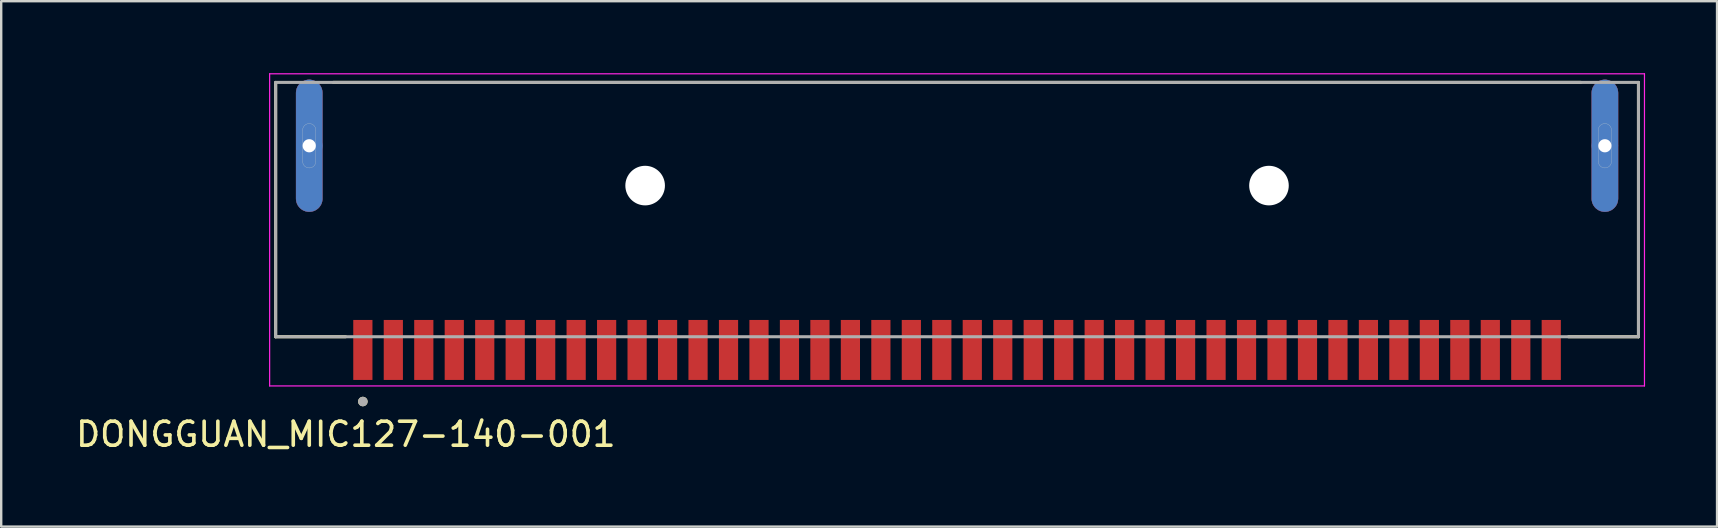
<source format=kicad_pcb>
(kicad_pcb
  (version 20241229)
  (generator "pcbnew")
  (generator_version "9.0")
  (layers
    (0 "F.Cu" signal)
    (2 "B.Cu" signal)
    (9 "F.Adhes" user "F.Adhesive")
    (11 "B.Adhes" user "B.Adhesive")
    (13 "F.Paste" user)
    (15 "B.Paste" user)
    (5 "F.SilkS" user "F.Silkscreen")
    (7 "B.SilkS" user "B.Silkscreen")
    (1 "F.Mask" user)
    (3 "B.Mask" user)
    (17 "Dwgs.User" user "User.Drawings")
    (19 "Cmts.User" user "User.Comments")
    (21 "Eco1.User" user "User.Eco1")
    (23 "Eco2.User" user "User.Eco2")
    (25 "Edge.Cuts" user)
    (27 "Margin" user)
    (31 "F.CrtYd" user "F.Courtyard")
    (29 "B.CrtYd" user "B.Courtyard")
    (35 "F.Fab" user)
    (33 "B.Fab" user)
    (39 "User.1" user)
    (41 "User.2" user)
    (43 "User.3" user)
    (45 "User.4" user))
  (footprint "DONGGUAN_MIC127-140-001"
    (layer "F.Cu")
    (at 36.838 4.685)
    (property "Reference" "DONGGUAN_MIC127-140-001" (at -25.475 10.365 0) (layer "F.SilkS") (effects (font (size 1 1) (thickness 0.15))))
    (attr through_hole)
    (fp_poly (pts (xy -27.55 0.54) (xy -27.55 -3.86) (xy -27.549 -3.889) (xy -27.547 -3.917) (xy -27.543 -3.946) (xy -27.538 -3.974) (xy -27.531 -4.002) (xy -27.523 -4.03) (xy -27.513 -4.057) (xy -27.502 -4.084) (xy -27.49 -4.11) (xy -27.476 -4.135) (xy -27.461 -4.16) (xy -27.445 -4.183) (xy -27.427 -4.206) (xy -27.409 -4.228) (xy -27.389 -4.249) (xy -27.368 -4.269) (xy -27.346 -4.287) (xy -27.323 -4.305) (xy -27.3 -4.321) (xy -27.275 -4.336) (xy -27.25 -4.35) (xy -27.224 -4.362) (xy -27.197 -4.373) (xy -27.17 -4.383) (xy -27.142 -4.391) (xy -27.114 -4.398) (xy -27.086 -4.403) (xy -27.057 -4.407) (xy -27.029 -4.409) (xy -27 -4.41) (xy -26.971 -4.409) (xy -26.943 -4.407) (xy -26.914 -4.403) (xy -26.886 -4.398) (xy -26.858 -4.391) (xy -26.83 -4.383) (xy -26.803 -4.373) (xy -26.776 -4.362) (xy -26.75 -4.35) (xy -26.725 -4.336) (xy -26.7 -4.321) (xy -26.677 -4.305) (xy -26.654 -4.287) (xy -26.632 -4.269) (xy -26.611 -4.249) (xy -26.591 -4.228) (xy -26.573 -4.206) (xy -26.555 -4.183) (xy -26.539 -4.16) (xy -26.524 -4.135) (xy -26.51 -4.11) (xy -26.498 -4.084) (xy -26.487 -4.057) (xy -26.477 -4.03) (xy -26.469 -4.002) (xy -26.462 -3.974) (xy -26.457 -3.946) (xy -26.453 -3.917) (xy -26.451 -3.889) (xy -26.45 -3.86) (xy -26.45 0.54) (xy -26.451 0.569) (xy -26.453 0.597) (xy -26.457 0.626) (xy -26.462 0.654) (xy -26.469 0.682) (xy -26.477 0.71) (xy -26.487 0.737) (xy -26.498 0.764) (xy -26.51 0.79) (xy -26.524 0.815) (xy -26.539 0.84) (xy -26.555 0.863) (xy -26.573 0.886) (xy -26.591 0.908) (xy -26.611 0.929) (xy -26.632 0.949) (xy -26.654 0.967) (xy -26.677 0.985) (xy -26.7 1.001) (xy -26.725 1.016) (xy -26.75 1.03) (xy -26.776 1.042) (xy -26.803 1.053) (xy -26.83 1.063) (xy -26.858 1.071) (xy -26.886 1.078) (xy -26.914 1.083) (xy -26.943 1.087) (xy -26.971 1.089) (xy -27 1.09) (xy -27.029 1.089) (xy -27.057 1.087) (xy -27.086 1.083) (xy -27.114 1.078) (xy -27.142 1.071) (xy -27.17 1.063) (xy -27.197 1.053) (xy -27.224 1.042) (xy -27.25 1.03) (xy -27.275 1.016) (xy -27.3 1.001) (xy -27.323 0.985) (xy -27.346 0.967) (xy -27.368 0.949) (xy -27.389 0.929) (xy -27.409 0.908) (xy -27.427 0.886) (xy -27.445 0.863) (xy -27.461 0.84) (xy -27.476 0.815) (xy -27.49 0.79) (xy -27.502 0.764) (xy -27.513 0.737) (xy -27.523 0.71) (xy -27.531 0.682) (xy -27.538 0.654) (xy -27.543 0.626) (xy -27.547 0.597) (xy -27.549 0.569) (xy -27.55 0.54)) (stroke (width 0.01) (type solid)) (fill yes) (layer "F.Cu"))
    (fp_poly (pts (xy 26.45 0.54) (xy 26.45 -3.86) (xy 26.451 -3.889) (xy 26.453 -3.917) (xy 26.457 -3.946) (xy 26.462 -3.974) (xy 26.469 -4.002) (xy 26.477 -4.03) (xy 26.487 -4.057) (xy 26.498 -4.084) (xy 26.51 -4.11) (xy 26.524 -4.135) (xy 26.539 -4.16) (xy 26.555 -4.183) (xy 26.573 -4.206) (xy 26.591 -4.228) (xy 26.611 -4.249) (xy 26.632 -4.269) (xy 26.654 -4.287) (xy 26.677 -4.305) (xy 26.7 -4.321) (xy 26.725 -4.336) (xy 26.75 -4.35) (xy 26.776 -4.362) (xy 26.803 -4.373) (xy 26.83 -4.383) (xy 26.858 -4.391) (xy 26.886 -4.398) (xy 26.914 -4.403) (xy 26.943 -4.407) (xy 26.971 -4.409) (xy 27 -4.41) (xy 27.029 -4.409) (xy 27.057 -4.407) (xy 27.086 -4.403) (xy 27.114 -4.398) (xy 27.142 -4.391) (xy 27.17 -4.383) (xy 27.197 -4.373) (xy 27.224 -4.362) (xy 27.25 -4.35) (xy 27.275 -4.336) (xy 27.3 -4.321) (xy 27.323 -4.305) (xy 27.346 -4.287) (xy 27.368 -4.269) (xy 27.389 -4.249) (xy 27.409 -4.228) (xy 27.427 -4.206) (xy 27.445 -4.183) (xy 27.461 -4.16) (xy 27.476 -4.135) (xy 27.49 -4.11) (xy 27.502 -4.084) (xy 27.513 -4.057) (xy 27.523 -4.03) (xy 27.531 -4.002) (xy 27.538 -3.974) (xy 27.543 -3.946) (xy 27.547 -3.917) (xy 27.549 -3.889) (xy 27.55 -3.86) (xy 27.55 0.54) (xy 27.549 0.569) (xy 27.547 0.597) (xy 27.543 0.626) (xy 27.538 0.654) (xy 27.531 0.682) (xy 27.523 0.71) (xy 27.513 0.737) (xy 27.502 0.764) (xy 27.49 0.79) (xy 27.476 0.815) (xy 27.461 0.84) (xy 27.445 0.863) (xy 27.427 0.886) (xy 27.409 0.908) (xy 27.389 0.929) (xy 27.368 0.949) (xy 27.346 0.967) (xy 27.323 0.985) (xy 27.3 1.001) (xy 27.275 1.016) (xy 27.25 1.03) (xy 27.224 1.042) (xy 27.197 1.053) (xy 27.17 1.063) (xy 27.142 1.071) (xy 27.114 1.078) (xy 27.086 1.083) (xy 27.057 1.087) (xy 27.029 1.089) (xy 27 1.09) (xy 26.971 1.089) (xy 26.943 1.087) (xy 26.914 1.083) (xy 26.886 1.078) (xy 26.858 1.071) (xy 26.83 1.063) (xy 26.803 1.053) (xy 26.776 1.042) (xy 26.75 1.03) (xy 26.725 1.016) (xy 26.7 1.001) (xy 26.677 0.985) (xy 26.654 0.967) (xy 26.632 0.949) (xy 26.611 0.929) (xy 26.591 0.908) (xy 26.573 0.886) (xy 26.555 0.863) (xy 26.539 0.84) (xy 26.524 0.815) (xy 26.51 0.79) (xy 26.498 0.764) (xy 26.487 0.737) (xy 26.477 0.71) (xy 26.469 0.682) (xy 26.462 0.654) (xy 26.457 0.626) (xy 26.453 0.597) (xy 26.451 0.569) (xy 26.45 0.54)) (stroke (width 0.01) (type solid)) (fill yes) (layer "F.Cu"))
    (fp_poly (pts (xy -27 1.19) (xy -27.034 1.189) (xy -27.068 1.186) (xy -27.102 1.182) (xy -27.135 1.176) (xy -27.168 1.168) (xy -27.201 1.158) (xy -27.233 1.147) (xy -27.264 1.134) (xy -27.295 1.119) (xy -27.325 1.103) (xy -27.354 1.085) (xy -27.382 1.066) (xy -27.409 1.045) (xy -27.435 1.023) (xy -27.46 1) (xy -27.483 0.975) (xy -27.505 0.949) (xy -27.526 0.922) (xy -27.545 0.894) (xy -27.563 0.865) (xy -27.579 0.835) (xy -27.594 0.804) (xy -27.607 0.773) (xy -27.618 0.741) (xy -27.628 0.708) (xy -27.636 0.675) (xy -27.642 0.642) (xy -27.646 0.608) (xy -27.649 0.574) (xy -27.65 0.54) (xy -27.65 -3.86) (xy -27.649 -3.894) (xy -27.646 -3.928) (xy -27.642 -3.962) (xy -27.636 -3.995) (xy -27.628 -4.028) (xy -27.618 -4.061) (xy -27.607 -4.093) (xy -27.594 -4.124) (xy -27.579 -4.155) (xy -27.563 -4.185) (xy -27.545 -4.214) (xy -27.526 -4.242) (xy -27.505 -4.269) (xy -27.483 -4.295) (xy -27.46 -4.32) (xy -27.435 -4.343) (xy -27.409 -4.365) (xy -27.382 -4.386) (xy -27.354 -4.405) (xy -27.325 -4.423) (xy -27.295 -4.439) (xy -27.264 -4.454) (xy -27.233 -4.467) (xy -27.201 -4.478) (xy -27.168 -4.488) (xy -27.135 -4.496) (xy -27.102 -4.502) (xy -27.068 -4.506) (xy -27.034 -4.509) (xy -27 -4.51) (xy -26.966 -4.509) (xy -26.932 -4.506) (xy -26.898 -4.502) (xy -26.865 -4.496) (xy -26.832 -4.488) (xy -26.799 -4.478) (xy -26.767 -4.467) (xy -26.736 -4.454) (xy -26.705 -4.439) (xy -26.675 -4.423) (xy -26.646 -4.405) (xy -26.618 -4.386) (xy -26.591 -4.365) (xy -26.565 -4.343) (xy -26.54 -4.32) (xy -26.517 -4.295) (xy -26.495 -4.269) (xy -26.474 -4.242) (xy -26.455 -4.214) (xy -26.437 -4.185) (xy -26.421 -4.155) (xy -26.406 -4.124) (xy -26.393 -4.093) (xy -26.382 -4.061) (xy -26.372 -4.028) (xy -26.364 -3.995) (xy -26.358 -3.962) (xy -26.354 -3.928) (xy -26.351 -3.894) (xy -26.35 -3.86) (xy -26.35 0.54) (xy -26.351 0.574) (xy -26.354 0.608) (xy -26.358 0.642) (xy -26.364 0.675) (xy -26.372 0.708) (xy -26.382 0.741) (xy -26.393 0.773) (xy -26.406 0.804) (xy -26.421 0.835) (xy -26.437 0.865) (xy -26.455 0.894) (xy -26.474 0.922) (xy -26.495 0.949) (xy -26.517 0.975) (xy -26.54 1) (xy -26.565 1.023) (xy -26.591 1.045) (xy -26.618 1.066) (xy -26.646 1.085) (xy -26.675 1.103) (xy -26.705 1.119) (xy -26.736 1.134) (xy -26.767 1.147) (xy -26.799 1.158) (xy -26.832 1.168) (xy -26.865 1.176) (xy -26.898 1.182) (xy -26.932 1.186) (xy -26.966 1.189) (xy -27 1.19)) (stroke (width 0.01) (type solid)) (fill yes) (layer "F.Mask"))
    (fp_poly (pts (xy 27 1.19) (xy 26.966 1.189) (xy 26.932 1.186) (xy 26.898 1.182) (xy 26.865 1.176) (xy 26.832 1.168) (xy 26.799 1.158) (xy 26.767 1.147) (xy 26.736 1.134) (xy 26.705 1.119) (xy 26.675 1.103) (xy 26.646 1.085) (xy 26.618 1.066) (xy 26.591 1.045) (xy 26.565 1.023) (xy 26.54 1) (xy 26.517 0.975) (xy 26.495 0.949) (xy 26.474 0.922) (xy 26.455 0.894) (xy 26.437 0.865) (xy 26.421 0.835) (xy 26.406 0.804) (xy 26.393 0.773) (xy 26.382 0.741) (xy 26.372 0.708) (xy 26.364 0.675) (xy 26.358 0.642) (xy 26.354 0.608) (xy 26.351 0.574) (xy 26.35 0.54) (xy 26.35 -3.86) (xy 26.351 -3.894) (xy 26.354 -3.928) (xy 26.358 -3.962) (xy 26.364 -3.995) (xy 26.372 -4.028) (xy 26.382 -4.061) (xy 26.393 -4.093) (xy 26.406 -4.124) (xy 26.421 -4.155) (xy 26.437 -4.185) (xy 26.455 -4.214) (xy 26.474 -4.242) (xy 26.495 -4.269) (xy 26.517 -4.295) (xy 26.54 -4.32) (xy 26.565 -4.343) (xy 26.591 -4.365) (xy 26.618 -4.386) (xy 26.646 -4.405) (xy 26.675 -4.423) (xy 26.705 -4.439) (xy 26.736 -4.454) (xy 26.767 -4.467) (xy 26.799 -4.478) (xy 26.832 -4.488) (xy 26.865 -4.496) (xy 26.898 -4.502) (xy 26.932 -4.506) (xy 26.966 -4.509) (xy 27 -4.51) (xy 27.034 -4.509) (xy 27.068 -4.506) (xy 27.102 -4.502) (xy 27.135 -4.496) (xy 27.168 -4.488) (xy 27.201 -4.478) (xy 27.233 -4.467) (xy 27.264 -4.454) (xy 27.295 -4.439) (xy 27.325 -4.423) (xy 27.354 -4.405) (xy 27.382 -4.386) (xy 27.409 -4.365) (xy 27.435 -4.343) (xy 27.46 -4.32) (xy 27.483 -4.295) (xy 27.505 -4.269) (xy 27.526 -4.242) (xy 27.545 -4.214) (xy 27.563 -4.185) (xy 27.579 -4.155) (xy 27.594 -4.124) (xy 27.607 -4.093) (xy 27.618 -4.061) (xy 27.628 -4.028) (xy 27.636 -3.995) (xy 27.642 -3.962) (xy 27.646 -3.928) (xy 27.649 -3.894) (xy 27.65 -3.86) (xy 27.65 0.54) (xy 27.649 0.574) (xy 27.646 0.608) (xy 27.642 0.642) (xy 27.636 0.675) (xy 27.628 0.708) (xy 27.618 0.741) (xy 27.607 0.773) (xy 27.594 0.804) (xy 27.579 0.835) (xy 27.563 0.865) (xy 27.545 0.894) (xy 27.526 0.922) (xy 27.505 0.949) (xy 27.483 0.975) (xy 27.46 1) (xy 27.435 1.023) (xy 27.409 1.045) (xy 27.382 1.066) (xy 27.354 1.085) (xy 27.325 1.103) (xy 27.295 1.119) (xy 27.264 1.134) (xy 27.233 1.147) (xy 27.201 1.158) (xy 27.168 1.168) (xy 27.135 1.176) (xy 27.102 1.182) (xy 27.068 1.186) (xy 27.034 1.189) (xy 27 1.19)) (stroke (width 0.01) (type solid)) (fill yes) (layer "F.Mask"))
    (fp_poly (pts (xy -27.55 0.54) (xy -27.55 -3.86) (xy -27.549 -3.889) (xy -27.547 -3.917) (xy -27.543 -3.946) (xy -27.538 -3.974) (xy -27.531 -4.002) (xy -27.523 -4.03) (xy -27.513 -4.057) (xy -27.502 -4.084) (xy -27.49 -4.11) (xy -27.476 -4.135) (xy -27.461 -4.16) (xy -27.445 -4.183) (xy -27.427 -4.206) (xy -27.409 -4.228) (xy -27.389 -4.249) (xy -27.368 -4.269) (xy -27.346 -4.287) (xy -27.323 -4.305) (xy -27.3 -4.321) (xy -27.275 -4.336) (xy -27.25 -4.35) (xy -27.224 -4.362) (xy -27.197 -4.373) (xy -27.17 -4.383) (xy -27.142 -4.391) (xy -27.114 -4.398) (xy -27.086 -4.403) (xy -27.057 -4.407) (xy -27.029 -4.409) (xy -27 -4.41) (xy -26.971 -4.409) (xy -26.943 -4.407) (xy -26.914 -4.403) (xy -26.886 -4.398) (xy -26.858 -4.391) (xy -26.83 -4.383) (xy -26.803 -4.373) (xy -26.776 -4.362) (xy -26.75 -4.35) (xy -26.725 -4.336) (xy -26.7 -4.321) (xy -26.677 -4.305) (xy -26.654 -4.287) (xy -26.632 -4.269) (xy -26.611 -4.249) (xy -26.591 -4.228) (xy -26.573 -4.206) (xy -26.555 -4.183) (xy -26.539 -4.16) (xy -26.524 -4.135) (xy -26.51 -4.11) (xy -26.498 -4.084) (xy -26.487 -4.057) (xy -26.477 -4.03) (xy -26.469 -4.002) (xy -26.462 -3.974) (xy -26.457 -3.946) (xy -26.453 -3.917) (xy -26.451 -3.889) (xy -26.45 -3.86) (xy -26.45 0.54) (xy -26.451 0.569) (xy -26.453 0.597) (xy -26.457 0.626) (xy -26.462 0.654) (xy -26.469 0.682) (xy -26.477 0.71) (xy -26.487 0.737) (xy -26.498 0.764) (xy -26.51 0.79) (xy -26.524 0.815) (xy -26.539 0.84) (xy -26.555 0.863) (xy -26.573 0.886) (xy -26.591 0.908) (xy -26.611 0.929) (xy -26.632 0.949) (xy -26.654 0.967) (xy -26.677 0.985) (xy -26.7 1.001) (xy -26.725 1.016) (xy -26.75 1.03) (xy -26.776 1.042) (xy -26.803 1.053) (xy -26.83 1.063) (xy -26.858 1.071) (xy -26.886 1.078) (xy -26.914 1.083) (xy -26.943 1.087) (xy -26.971 1.089) (xy -27 1.09) (xy -27.029 1.089) (xy -27.057 1.087) (xy -27.086 1.083) (xy -27.114 1.078) (xy -27.142 1.071) (xy -27.17 1.063) (xy -27.197 1.053) (xy -27.224 1.042) (xy -27.25 1.03) (xy -27.275 1.016) (xy -27.3 1.001) (xy -27.323 0.985) (xy -27.346 0.967) (xy -27.368 0.949) (xy -27.389 0.929) (xy -27.409 0.908) (xy -27.427 0.886) (xy -27.445 0.863) (xy -27.461 0.84) (xy -27.476 0.815) (xy -27.49 0.79) (xy -27.502 0.764) (xy -27.513 0.737) (xy -27.523 0.71) (xy -27.531 0.682) (xy -27.538 0.654) (xy -27.543 0.626) (xy -27.547 0.597) (xy -27.549 0.569) (xy -27.55 0.54)) (stroke (width 0.01) (type solid)) (fill yes) (layer "B.Cu"))
    (fp_poly (pts (xy 26.45 0.54) (xy 26.45 -3.86) (xy 26.451 -3.889) (xy 26.453 -3.917) (xy 26.457 -3.946) (xy 26.462 -3.974) (xy 26.469 -4.002) (xy 26.477 -4.03) (xy 26.487 -4.057) (xy 26.498 -4.084) (xy 26.51 -4.11) (xy 26.524 -4.135) (xy 26.539 -4.16) (xy 26.555 -4.183) (xy 26.573 -4.206) (xy 26.591 -4.228) (xy 26.611 -4.249) (xy 26.632 -4.269) (xy 26.654 -4.287) (xy 26.677 -4.305) (xy 26.7 -4.321) (xy 26.725 -4.336) (xy 26.75 -4.35) (xy 26.776 -4.362) (xy 26.803 -4.373) (xy 26.83 -4.383) (xy 26.858 -4.391) (xy 26.886 -4.398) (xy 26.914 -4.403) (xy 26.943 -4.407) (xy 26.971 -4.409) (xy 27 -4.41) (xy 27.029 -4.409) (xy 27.057 -4.407) (xy 27.086 -4.403) (xy 27.114 -4.398) (xy 27.142 -4.391) (xy 27.17 -4.383) (xy 27.197 -4.373) (xy 27.224 -4.362) (xy 27.25 -4.35) (xy 27.275 -4.336) (xy 27.3 -4.321) (xy 27.323 -4.305) (xy 27.346 -4.287) (xy 27.368 -4.269) (xy 27.389 -4.249) (xy 27.409 -4.228) (xy 27.427 -4.206) (xy 27.445 -4.183) (xy 27.461 -4.16) (xy 27.476 -4.135) (xy 27.49 -4.11) (xy 27.502 -4.084) (xy 27.513 -4.057) (xy 27.523 -4.03) (xy 27.531 -4.002) (xy 27.538 -3.974) (xy 27.543 -3.946) (xy 27.547 -3.917) (xy 27.549 -3.889) (xy 27.55 -3.86) (xy 27.55 0.54) (xy 27.549 0.569) (xy 27.547 0.597) (xy 27.543 0.626) (xy 27.538 0.654) (xy 27.531 0.682) (xy 27.523 0.71) (xy 27.513 0.737) (xy 27.502 0.764) (xy 27.49 0.79) (xy 27.476 0.815) (xy 27.461 0.84) (xy 27.445 0.863) (xy 27.427 0.886) (xy 27.409 0.908) (xy 27.389 0.929) (xy 27.368 0.949) (xy 27.346 0.967) (xy 27.323 0.985) (xy 27.3 1.001) (xy 27.275 1.016) (xy 27.25 1.03) (xy 27.224 1.042) (xy 27.197 1.053) (xy 27.17 1.063) (xy 27.142 1.071) (xy 27.114 1.078) (xy 27.086 1.083) (xy 27.057 1.087) (xy 27.029 1.089) (xy 27 1.09) (xy 26.971 1.089) (xy 26.943 1.087) (xy 26.914 1.083) (xy 26.886 1.078) (xy 26.858 1.071) (xy 26.83 1.063) (xy 26.803 1.053) (xy 26.776 1.042) (xy 26.75 1.03) (xy 26.725 1.016) (xy 26.7 1.001) (xy 26.677 0.985) (xy 26.654 0.967) (xy 26.632 0.949) (xy 26.611 0.929) (xy 26.591 0.908) (xy 26.573 0.886) (xy 26.555 0.863) (xy 26.539 0.84) (xy 26.524 0.815) (xy 26.51 0.79) (xy 26.498 0.764) (xy 26.487 0.737) (xy 26.477 0.71) (xy 26.469 0.682) (xy 26.462 0.654) (xy 26.457 0.626) (xy 26.453 0.597) (xy 26.451 0.569) (xy 26.45 0.54)) (stroke (width 0.01) (type solid)) (fill yes) (layer "B.Cu"))
    (fp_poly (pts (xy -27 1.19) (xy -27.034 1.189) (xy -27.068 1.186) (xy -27.102 1.182) (xy -27.135 1.176) (xy -27.168 1.168) (xy -27.201 1.158) (xy -27.233 1.147) (xy -27.264 1.134) (xy -27.295 1.119) (xy -27.325 1.103) (xy -27.354 1.085) (xy -27.382 1.066) (xy -27.409 1.045) (xy -27.435 1.023) (xy -27.46 1) (xy -27.483 0.975) (xy -27.505 0.949) (xy -27.526 0.922) (xy -27.545 0.894) (xy -27.563 0.865) (xy -27.579 0.835) (xy -27.594 0.804) (xy -27.607 0.773) (xy -27.618 0.741) (xy -27.628 0.708) (xy -27.636 0.675) (xy -27.642 0.642) (xy -27.646 0.608) (xy -27.649 0.574) (xy -27.65 0.54) (xy -27.65 -3.86) (xy -27.649 -3.894) (xy -27.646 -3.928) (xy -27.642 -3.962) (xy -27.636 -3.995) (xy -27.628 -4.028) (xy -27.618 -4.061) (xy -27.607 -4.093) (xy -27.594 -4.124) (xy -27.579 -4.155) (xy -27.563 -4.185) (xy -27.545 -4.214) (xy -27.526 -4.242) (xy -27.505 -4.269) (xy -27.483 -4.295) (xy -27.46 -4.32) (xy -27.435 -4.343) (xy -27.409 -4.365) (xy -27.382 -4.386) (xy -27.354 -4.405) (xy -27.325 -4.423) (xy -27.295 -4.439) (xy -27.264 -4.454) (xy -27.233 -4.467) (xy -27.201 -4.478) (xy -27.168 -4.488) (xy -27.135 -4.496) (xy -27.102 -4.502) (xy -27.068 -4.506) (xy -27.034 -4.509) (xy -27 -4.51) (xy -26.966 -4.509) (xy -26.932 -4.506) (xy -26.898 -4.502) (xy -26.865 -4.496) (xy -26.832 -4.488) (xy -26.799 -4.478) (xy -26.767 -4.467) (xy -26.736 -4.454) (xy -26.705 -4.439) (xy -26.675 -4.423) (xy -26.646 -4.405) (xy -26.618 -4.386) (xy -26.591 -4.365) (xy -26.565 -4.343) (xy -26.54 -4.32) (xy -26.517 -4.295) (xy -26.495 -4.269) (xy -26.474 -4.242) (xy -26.455 -4.214) (xy -26.437 -4.185) (xy -26.421 -4.155) (xy -26.406 -4.124) (xy -26.393 -4.093) (xy -26.382 -4.061) (xy -26.372 -4.028) (xy -26.364 -3.995) (xy -26.358 -3.962) (xy -26.354 -3.928) (xy -26.351 -3.894) (xy -26.35 -3.86) (xy -26.35 0.54) (xy -26.351 0.574) (xy -26.354 0.608) (xy -26.358 0.642) (xy -26.364 0.675) (xy -26.372 0.708) (xy -26.382 0.741) (xy -26.393 0.773) (xy -26.406 0.804) (xy -26.421 0.835) (xy -26.437 0.865) (xy -26.455 0.894) (xy -26.474 0.922) (xy -26.495 0.949) (xy -26.517 0.975) (xy -26.54 1) (xy -26.565 1.023) (xy -26.591 1.045) (xy -26.618 1.066) (xy -26.646 1.085) (xy -26.675 1.103) (xy -26.705 1.119) (xy -26.736 1.134) (xy -26.767 1.147) (xy -26.799 1.158) (xy -26.832 1.168) (xy -26.865 1.176) (xy -26.898 1.182) (xy -26.932 1.186) (xy -26.966 1.189) (xy -27 1.19)) (stroke (width 0.01) (type solid)) (fill yes) (layer "B.Mask"))
    (fp_poly (pts (xy 27 1.19) (xy 26.966 1.189) (xy 26.932 1.186) (xy 26.898 1.182) (xy 26.865 1.176) (xy 26.832 1.168) (xy 26.799 1.158) (xy 26.767 1.147) (xy 26.736 1.134) (xy 26.705 1.119) (xy 26.675 1.103) (xy 26.646 1.085) (xy 26.618 1.066) (xy 26.591 1.045) (xy 26.565 1.023) (xy 26.54 1) (xy 26.517 0.975) (xy 26.495 0.949) (xy 26.474 0.922) (xy 26.455 0.894) (xy 26.437 0.865) (xy 26.421 0.835) (xy 26.406 0.804) (xy 26.393 0.773) (xy 26.382 0.741) (xy 26.372 0.708) (xy 26.364 0.675) (xy 26.358 0.642) (xy 26.354 0.608) (xy 26.351 0.574) (xy 26.35 0.54) (xy 26.35 -3.86) (xy 26.351 -3.894) (xy 26.354 -3.928) (xy 26.358 -3.962) (xy 26.364 -3.995) (xy 26.372 -4.028) (xy 26.382 -4.061) (xy 26.393 -4.093) (xy 26.406 -4.124) (xy 26.421 -4.155) (xy 26.437 -4.185) (xy 26.455 -4.214) (xy 26.474 -4.242) (xy 26.495 -4.269) (xy 26.517 -4.295) (xy 26.54 -4.32) (xy 26.565 -4.343) (xy 26.591 -4.365) (xy 26.618 -4.386) (xy 26.646 -4.405) (xy 26.675 -4.423) (xy 26.705 -4.439) (xy 26.736 -4.454) (xy 26.767 -4.467) (xy 26.799 -4.478) (xy 26.832 -4.488) (xy 26.865 -4.496) (xy 26.898 -4.502) (xy 26.932 -4.506) (xy 26.966 -4.509) (xy 27 -4.51) (xy 27.034 -4.509) (xy 27.068 -4.506) (xy 27.102 -4.502) (xy 27.135 -4.496) (xy 27.168 -4.488) (xy 27.201 -4.478) (xy 27.233 -4.467) (xy 27.264 -4.454) (xy 27.295 -4.439) (xy 27.325 -4.423) (xy 27.354 -4.405) (xy 27.382 -4.386) (xy 27.409 -4.365) (xy 27.435 -4.343) (xy 27.46 -4.32) (xy 27.483 -4.295) (xy 27.505 -4.269) (xy 27.526 -4.242) (xy 27.545 -4.214) (xy 27.563 -4.185) (xy 27.579 -4.155) (xy 27.594 -4.124) (xy 27.607 -4.093) (xy 27.618 -4.061) (xy 27.628 -4.028) (xy 27.636 -3.995) (xy 27.642 -3.962) (xy 27.646 -3.928) (xy 27.649 -3.894) (xy 27.65 -3.86) (xy 27.65 0.54) (xy 27.649 0.574) (xy 27.646 0.608) (xy 27.642 0.642) (xy 27.636 0.675) (xy 27.628 0.708) (xy 27.618 0.741) (xy 27.607 0.773) (xy 27.594 0.804) (xy 27.579 0.835) (xy 27.563 0.865) (xy 27.545 0.894) (xy 27.526 0.922) (xy 27.505 0.949) (xy 27.483 0.975) (xy 27.46 1) (xy 27.435 1.023) (xy 27.409 1.045) (xy 27.382 1.066) (xy 27.354 1.085) (xy 27.325 1.103) (xy 27.295 1.119) (xy 27.264 1.134) (xy 27.233 1.147) (xy 27.201 1.158) (xy 27.168 1.168) (xy 27.135 1.176) (xy 27.102 1.182) (xy 27.068 1.186) (xy 27.034 1.189) (xy 27 1.19)) (stroke (width 0.01) (type solid)) (fill yes) (layer "B.Mask"))
    (fp_line (start -28.4 6.3) (end -28.4 -4.3) (stroke (width 0.127) (type solid)) (layer "F.SilkS"))
    (fp_line (start -26 -4.3) (end 26 -4.3) (stroke (width 0.127) (type solid)) (layer "F.SilkS"))
    (fp_line (start -25.485 6.3) (end -28.4 6.3) (stroke (width 0.127) (type solid)) (layer "F.SilkS"))
    (fp_line (start 28.4 -4.3) (end 28.4 6.3) (stroke (width 0.127) (type solid)) (layer "F.SilkS"))
    (fp_line (start 28.4 6.3) (end 25.485 6.3) (stroke (width 0.127) (type solid)) (layer "F.SilkS"))
    (fp_circle (center -24.765 9) (end -24.665 9) (stroke (width 0.2) (type solid)) (fill no) (layer "F.SilkS"))
    (fp_line (start -27.275 -1.01) (end -27.275 -2.31) (stroke (width 0.01) (type solid)) (layer "Edge.Cuts"))
    (fp_line (start -26.725 -2.31) (end -26.725 -1.01) (stroke (width 0.01) (type solid)) (layer "Edge.Cuts"))
    (fp_line (start 26.725 -1.01) (end 26.725 -2.31) (stroke (width 0.01) (type solid)) (layer "Edge.Cuts"))
    (fp_line (start 27.275 -2.31) (end 27.275 -1.01) (stroke (width 0.01) (type solid)) (layer "Edge.Cuts"))
    (fp_arc (start -27.275 -2.31) (mid -27.194454 -2.504454) (end -27 -2.585) (stroke (width 0.01) (type solid)) (layer "Edge.Cuts"))
    (fp_arc (start -27 -2.585) (mid -26.805546 -2.504454) (end -26.725 -2.31) (stroke (width 0.01) (type solid)) (layer "Edge.Cuts"))
    (fp_arc (start -27 -0.735) (mid -27.194454 -0.815546) (end -27.275 -1.01) (stroke (width 0.01) (type solid)) (layer "Edge.Cuts"))
    (fp_arc (start -26.725 -1.01) (mid -26.805546 -0.815546) (end -27 -0.735) (stroke (width 0.01) (type solid)) (layer "Edge.Cuts"))
    (fp_arc (start 26.725 -2.31) (mid 26.805546 -2.504454) (end 27 -2.585) (stroke (width 0.01) (type solid)) (layer "Edge.Cuts"))
    (fp_arc (start 27 -2.585) (mid 27.194454 -2.504454) (end 27.275 -2.31) (stroke (width 0.01) (type solid)) (layer "Edge.Cuts"))
    (fp_arc (start 27 -0.735) (mid 26.805546 -0.815546) (end 26.725 -1.01) (stroke (width 0.01) (type solid)) (layer "Edge.Cuts"))
    (fp_arc (start 27.275 -1.01) (mid 27.194454 -0.815546) (end 27 -0.735) (stroke (width 0.01) (type solid)) (layer "Edge.Cuts"))
    (fp_line (start -28.65 -4.66) (end -28.65 8.35) (stroke (width 0.05) (type solid)) (layer "F.CrtYd"))
    (fp_line (start -28.65 8.35) (end 28.65 8.35) (stroke (width 0.05) (type solid)) (layer "F.CrtYd"))
    (fp_line (start 28.65 -4.66) (end -28.65 -4.66) (stroke (width 0.05) (type solid)) (layer "F.CrtYd"))
    (fp_line (start 28.65 8.35) (end 28.65 -4.66) (stroke (width 0.05) (type solid)) (layer "F.CrtYd"))
    (fp_line (start -28.4 -4.3) (end 28.4 -4.3) (stroke (width 0.127) (type solid)) (layer "F.Fab"))
    (fp_line (start -28.4 6.3) (end -28.4 -4.3) (stroke (width 0.127) (type solid)) (layer "F.Fab"))
    (fp_line (start 28.4 -4.3) (end 28.4 6.3) (stroke (width 0.127) (type solid)) (layer "F.Fab"))
    (fp_line (start 28.4 6.3) (end -28.4 6.3) (stroke (width 0.127) (type solid)) (layer "F.Fab"))
    (fp_circle (center -24.765 9) (end -24.665 9) (stroke (width 0.2) (type solid)) (fill no) (layer "F.Fab"))
    (pad "" np_thru_hole circle (at -13 0) (size 1.65 1.65) (drill 1.65) (layers "*.Cu" "*.Mask"))
    (pad "" np_thru_hole circle (at 13 0) (size 1.65 1.65) (drill 1.65) (layers "*.Cu" "*.Mask"))
    (pad "1" smd rect (at -24.765 6.85) (size 0.8 2.5) (layers "F.Cu" "F.Mask" "F.Paste"))
    (pad "2" smd rect (at -23.495 6.85) (size 0.8 2.5) (layers "F.Cu" "F.Mask" "F.Paste"))
    (pad "3" smd rect (at -22.225 6.85) (size 0.8 2.5) (layers "F.Cu" "F.Mask" "F.Paste"))
    (pad "4" smd rect (at -20.955 6.85) (size 0.8 2.5) (layers "F.Cu" "F.Mask" "F.Paste"))
    (pad "5" smd rect (at -19.685 6.85) (size 0.8 2.5) (layers "F.Cu" "F.Mask" "F.Paste"))
    (pad "6" smd rect (at -18.415 6.85) (size 0.8 2.5) (layers "F.Cu" "F.Mask" "F.Paste"))
    (pad "7" smd rect (at -17.145 6.85) (size 0.8 2.5) (layers "F.Cu" "F.Mask" "F.Paste"))
    (pad "8" smd rect (at -15.875 6.85) (size 0.8 2.5) (layers "F.Cu" "F.Mask" "F.Paste"))
    (pad "9" smd rect (at -14.605 6.85) (size 0.8 2.5) (layers "F.Cu" "F.Mask" "F.Paste"))
    (pad "10" smd rect (at -13.335 6.85) (size 0.8 2.5) (layers "F.Cu" "F.Mask" "F.Paste"))
    (pad "11" smd rect (at -12.065 6.85) (size 0.8 2.5) (layers "F.Cu" "F.Mask" "F.Paste"))
    (pad "12" smd rect (at -10.795 6.85) (size 0.8 2.5) (layers "F.Cu" "F.Mask" "F.Paste"))
    (pad "13" smd rect (at -9.525 6.85) (size 0.8 2.5) (layers "F.Cu" "F.Mask" "F.Paste"))
    (pad "14" smd rect (at -8.255 6.85) (size 0.8 2.5) (layers "F.Cu" "F.Mask" "F.Paste"))
    (pad "15" smd rect (at -6.985 6.85) (size 0.8 2.5) (layers "F.Cu" "F.Mask" "F.Paste"))
    (pad "16" smd rect (at -5.715 6.85) (size 0.8 2.5) (layers "F.Cu" "F.Mask" "F.Paste"))
    (pad "17" smd rect (at -4.445 6.85) (size 0.8 2.5) (layers "F.Cu" "F.Mask" "F.Paste"))
    (pad "18" smd rect (at -3.175 6.85) (size 0.8 2.5) (layers "F.Cu" "F.Mask" "F.Paste"))
    (pad "19" smd rect (at -1.905 6.85) (size 0.8 2.5) (layers "F.Cu" "F.Mask" "F.Paste"))
    (pad "20" smd rect (at -0.635 6.85) (size 0.8 2.5) (layers "F.Cu" "F.Mask" "F.Paste"))
    (pad "21" smd rect (at 0.635 6.85) (size 0.8 2.5) (layers "F.Cu" "F.Mask" "F.Paste"))
    (pad "22" smd rect (at 1.905 6.85) (size 0.8 2.5) (layers "F.Cu" "F.Mask" "F.Paste"))
    (pad "23" smd rect (at 3.175 6.85) (size 0.8 2.5) (layers "F.Cu" "F.Mask" "F.Paste"))
    (pad "24" smd rect (at 4.445 6.85) (size 0.8 2.5) (layers "F.Cu" "F.Mask" "F.Paste"))
    (pad "25" smd rect (at 5.715 6.85) (size 0.8 2.5) (layers "F.Cu" "F.Mask" "F.Paste"))
    (pad "26" smd rect (at 6.985 6.85) (size 0.8 2.5) (layers "F.Cu" "F.Mask" "F.Paste"))
    (pad "27" smd rect (at 8.255 6.85) (size 0.8 2.5) (layers "F.Cu" "F.Mask" "F.Paste"))
    (pad "28" smd rect (at 9.525 6.85) (size 0.8 2.5) (layers "F.Cu" "F.Mask" "F.Paste"))
    (pad "29" smd rect (at 10.795 6.85) (size 0.8 2.5) (layers "F.Cu" "F.Mask" "F.Paste"))
    (pad "30" smd rect (at 12.065 6.85) (size 0.8 2.5) (layers "F.Cu" "F.Mask" "F.Paste"))
    (pad "31" smd rect (at 13.335 6.85) (size 0.8 2.5) (layers "F.Cu" "F.Mask" "F.Paste"))
    (pad "32" smd rect (at 14.605 6.85) (size 0.8 2.5) (layers "F.Cu" "F.Mask" "F.Paste"))
    (pad "33" smd rect (at 15.875 6.85) (size 0.8 2.5) (layers "F.Cu" "F.Mask" "F.Paste"))
    (pad "34" smd rect (at 17.145 6.85) (size 0.8 2.5) (layers "F.Cu" "F.Mask" "F.Paste"))
    (pad "35" smd rect (at 18.415 6.85) (size 0.8 2.5) (layers "F.Cu" "F.Mask" "F.Paste"))
    (pad "36" smd rect (at 19.685 6.85) (size 0.8 2.5) (layers "F.Cu" "F.Mask" "F.Paste"))
    (pad "37" smd rect (at 20.955 6.85) (size 0.8 2.5) (layers "F.Cu" "F.Mask" "F.Paste"))
    (pad "38" smd rect (at 22.225 6.85) (size 0.8 2.5) (layers "F.Cu" "F.Mask" "F.Paste"))
    (pad "39" smd rect (at 23.495 6.85) (size 0.8 2.5) (layers "F.Cu" "F.Mask" "F.Paste"))
    (pad "40" smd rect (at 24.765 6.85) (size 0.8 2.5) (layers "F.Cu" "F.Mask" "F.Paste"))
    (pad "S1" thru_hole circle (at -27 -1.66) (size 1.1 1.1) (drill 0.55) (layers "*.Cu"))
    (pad "S2" thru_hole circle (at 27 -1.66) (size 1.1 1.1) (drill 0.55) (layers "*.Cu")))
  (gr_rect
    (start -3 -3)
    (end 68.513 18.898)
    (stroke (width 0.1) (type default))
    (fill no)
    (layer "Edge.Cuts")))
</source>
